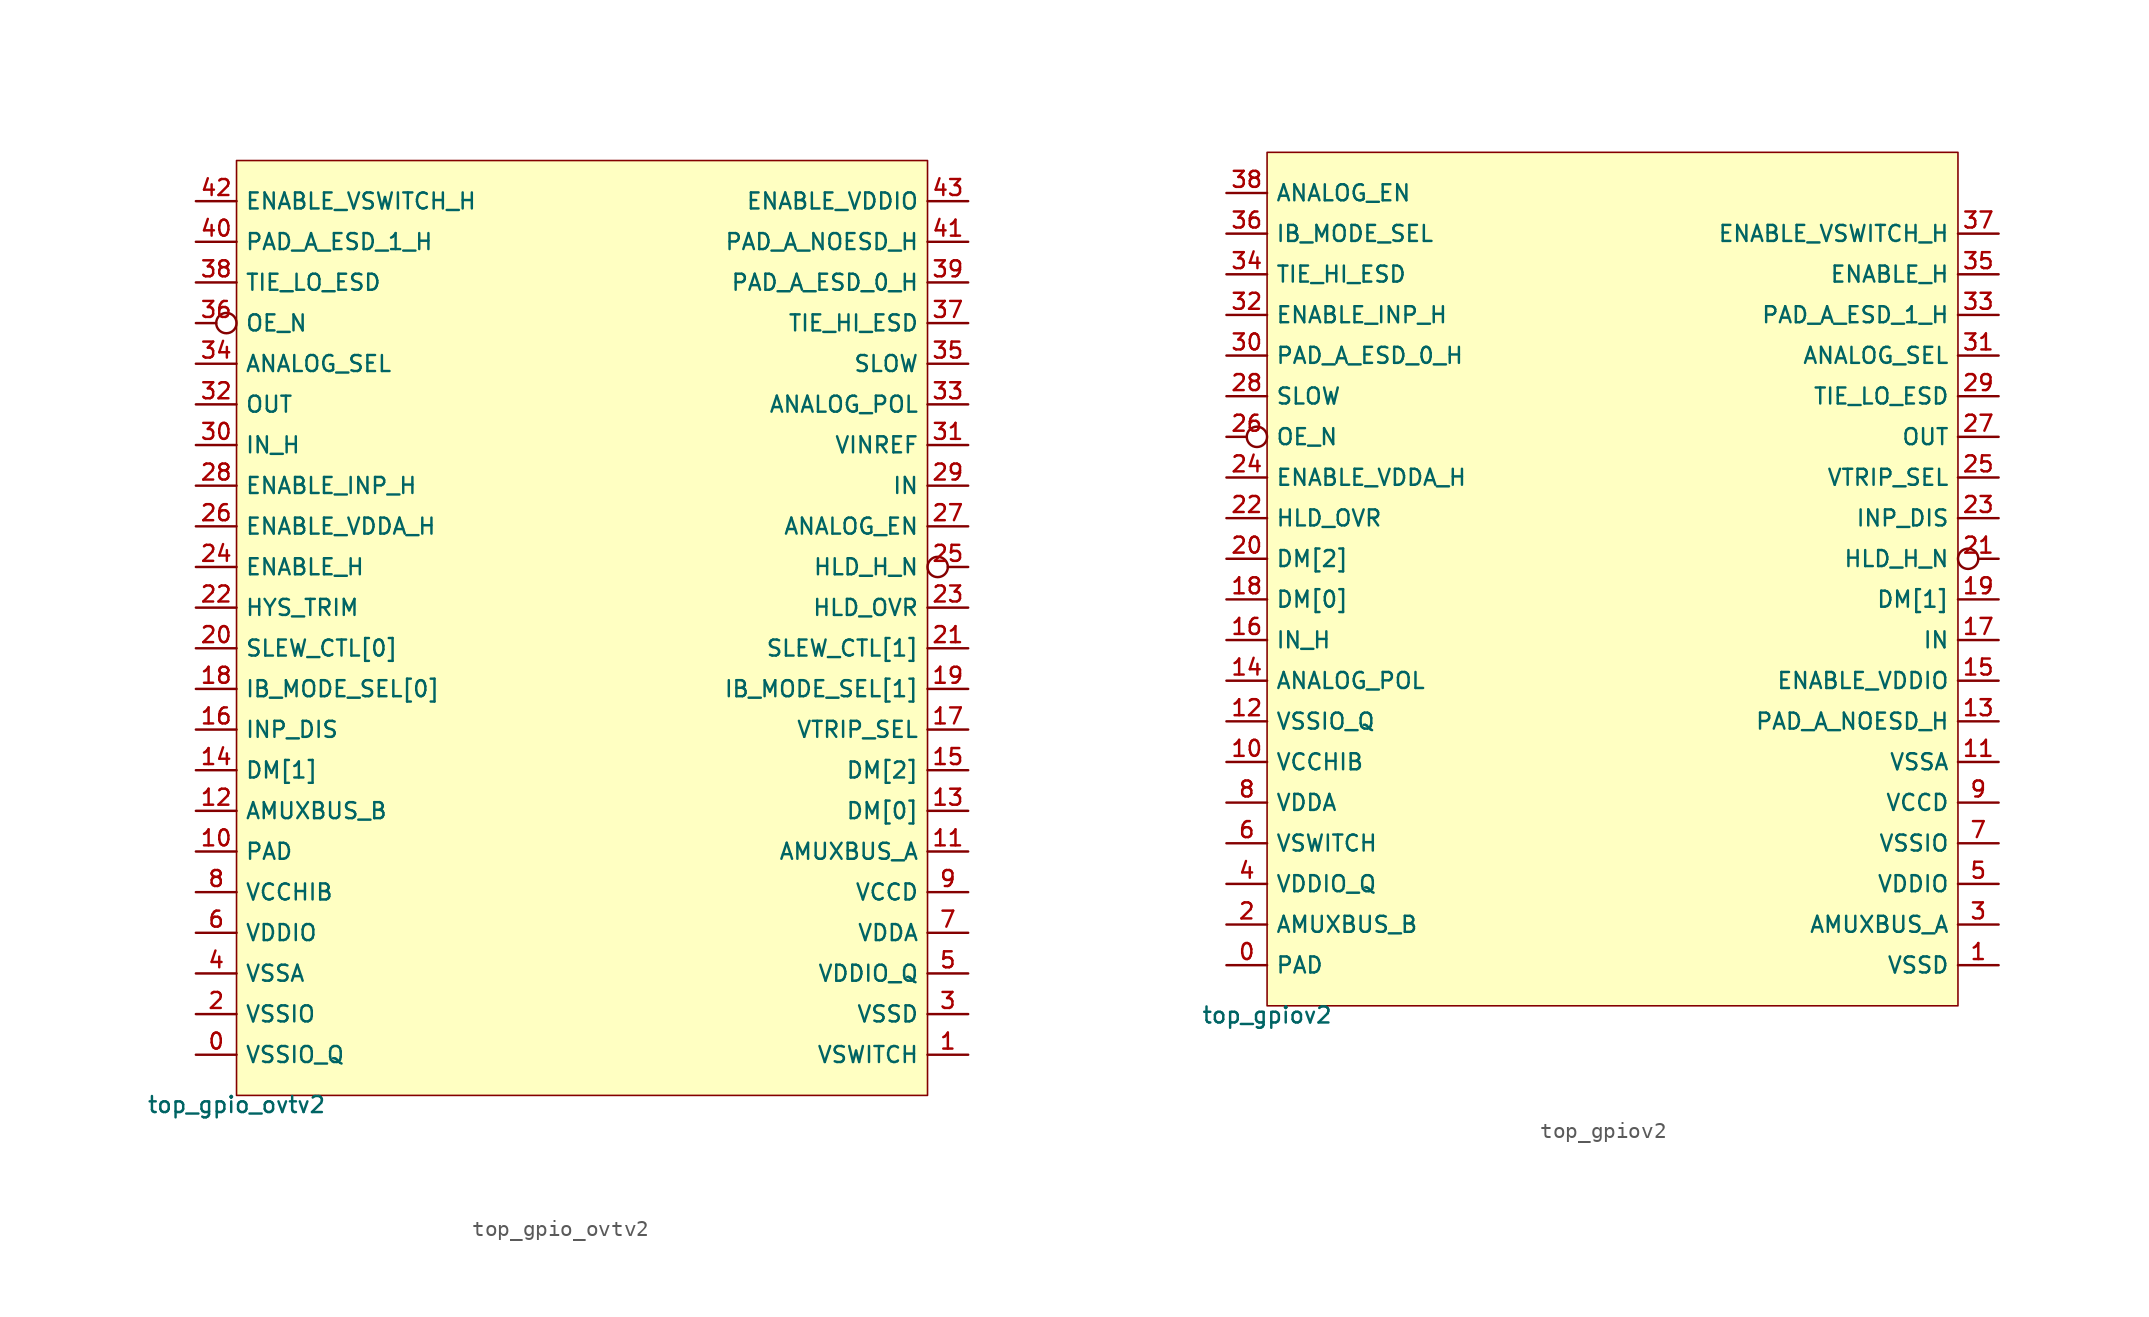
<source format=kicad_sym>
(kicad_symbol_lib
  (version 20211014)
  (generator pdk2kicad)
  (symbol "top_gpio_ovtv2"
    (property "Reference" "X"
      (at 0 0 0)
      (effects (font (size 1 1)) hide))
    (property "Value" "top_gpio_ovtv2"
      (at -21.59 -29.21 0)
      (effects (font (size 1 1)) (justify top)))
    (rectangle
      (start -21.59 -29.21)
      (end 21.59 29.21)
      (stroke (width 0.1) (type solid) (color 0 0 0 0))
      (fill (type background)))
    (pin bidirectional line
      (at -24.13 -26.67 0)
      (length 2.54)
      (name "VSSIO_Q" (effects (font (size 1 1)) hide))
      (number "0" (effects (font (size 1 1)) hide)))
    (pin bidirectional line
      (at 24.13 -26.67 180)
      (length 2.54)
      (name "VSWITCH" (effects (font (size 1 1)) hide))
      (number "1" (effects (font (size 1 1)) hide)))
    (pin bidirectional line
      (at -24.13 -24.13 0)
      (length 2.54)
      (name "VSSIO" (effects (font (size 1 1)) hide))
      (number "2" (effects (font (size 1 1)) hide)))
    (pin bidirectional line
      (at 24.13 -24.13 180)
      (length 2.54)
      (name "VSSD" (effects (font (size 1 1)) hide))
      (number "3" (effects (font (size 1 1)) hide)))
    (pin bidirectional line
      (at -24.13 -21.59 0)
      (length 2.54)
      (name "VSSA" (effects (font (size 1 1)) hide))
      (number "4" (effects (font (size 1 1)) hide)))
    (pin bidirectional line
      (at 24.13 -21.59 180)
      (length 2.54)
      (name "VDDIO_Q" (effects (font (size 1 1)) hide))
      (number "5" (effects (font (size 1 1)) hide)))
    (pin bidirectional line
      (at -24.13 -19.05 0)
      (length 2.54)
      (name "VDDIO" (effects (font (size 1 1)) hide))
      (number "6" (effects (font (size 1 1)) hide)))
    (pin bidirectional line
      (at 24.13 -19.05 180)
      (length 2.54)
      (name "VDDA" (effects (font (size 1 1)) hide))
      (number "7" (effects (font (size 1 1)) hide)))
    (pin bidirectional line
      (at -24.13 -16.51 0)
      (length 2.54)
      (name "VCCHIB" (effects (font (size 1 1)) hide))
      (number "8" (effects (font (size 1 1)) hide)))
    (pin bidirectional line
      (at 24.13 -16.51 180)
      (length 2.54)
      (name "VCCD" (effects (font (size 1 1)) hide))
      (number "9" (effects (font (size 1 1)) hide)))
    (pin bidirectional line
      (at -24.13 -13.97 0)
      (length 2.54)
      (name "PAD" (effects (font (size 1 1)) hide))
      (number "10" (effects (font (size 1 1)) hide)))
    (pin bidirectional line
      (at 24.13 -13.97 180)
      (length 2.54)
      (name "AMUXBUS_A" (effects (font (size 1 1)) hide))
      (number "11" (effects (font (size 1 1)) hide)))
    (pin bidirectional line
      (at -24.13 -11.43 0)
      (length 2.54)
      (name "AMUXBUS_B" (effects (font (size 1 1)) hide))
      (number "12" (effects (font (size 1 1)) hide)))
    (pin bidirectional line
      (at 24.13 -11.43 180)
      (length 2.54)
      (name "DM[0]" (effects (font (size 1 1)) hide))
      (number "13" (effects (font (size 1 1)) hide)))
    (pin bidirectional line
      (at -24.13 -8.89 0)
      (length 2.54)
      (name "DM[1]" (effects (font (size 1 1)) hide))
      (number "14" (effects (font (size 1 1)) hide)))
    (pin bidirectional line
      (at 24.13 -8.89 180)
      (length 2.54)
      (name "DM[2]" (effects (font (size 1 1)) hide))
      (number "15" (effects (font (size 1 1)) hide)))
    (pin bidirectional line
      (at -24.13 -6.35 0)
      (length 2.54)
      (name "INP_DIS" (effects (font (size 1 1)) hide))
      (number "16" (effects (font (size 1 1)) hide)))
    (pin bidirectional line
      (at 24.13 -6.35 180)
      (length 2.54)
      (name "VTRIP_SEL" (effects (font (size 1 1)) hide))
      (number "17" (effects (font (size 1 1)) hide)))
    (pin bidirectional line
      (at -24.13 -3.81 0)
      (length 2.54)
      (name "IB_MODE_SEL[0]" (effects (font (size 1 1)) hide))
      (number "18" (effects (font (size 1 1)) hide)))
    (pin bidirectional line
      (at 24.13 -3.81 180)
      (length 2.54)
      (name "IB_MODE_SEL[1]" (effects (font (size 1 1)) hide))
      (number "19" (effects (font (size 1 1)) hide)))
    (pin bidirectional line
      (at -24.13 -1.27 0)
      (length 2.54)
      (name "SLEW_CTL[0]" (effects (font (size 1 1)) hide))
      (number "20" (effects (font (size 1 1)) hide)))
    (pin bidirectional line
      (at 24.13 -1.27 180)
      (length 2.54)
      (name "SLEW_CTL[1]" (effects (font (size 1 1)) hide))
      (number "21" (effects (font (size 1 1)) hide)))
    (pin bidirectional line
      (at -24.13 1.27 0)
      (length 2.54)
      (name "HYS_TRIM" (effects (font (size 1 1)) hide))
      (number "22" (effects (font (size 1 1)) hide)))
    (pin bidirectional line
      (at 24.13 1.27 180)
      (length 2.54)
      (name "HLD_OVR" (effects (font (size 1 1)) hide))
      (number "23" (effects (font (size 1 1)) hide)))
    (pin bidirectional line
      (at -24.13 3.81 0)
      (length 2.54)
      (name "ENABLE_H" (effects (font (size 1 1)) hide))
      (number "24" (effects (font (size 1 1)) hide)))
    (pin bidirectional inverted
      (at 24.13 3.81 180)
      (length 2.54)
      (name "HLD_H_N" (effects (font (size 1 1)) hide))
      (number "25" (effects (font (size 1 1)) hide)))
    (pin bidirectional line
      (at -24.13 6.35 0)
      (length 2.54)
      (name "ENABLE_VDDA_H" (effects (font (size 1 1)) hide))
      (number "26" (effects (font (size 1 1)) hide)))
    (pin bidirectional line
      (at 24.13 6.35 180)
      (length 2.54)
      (name "ANALOG_EN" (effects (font (size 1 1)) hide))
      (number "27" (effects (font (size 1 1)) hide)))
    (pin bidirectional line
      (at -24.13 8.89 0)
      (length 2.54)
      (name "ENABLE_INP_H" (effects (font (size 1 1)) hide))
      (number "28" (effects (font (size 1 1)) hide)))
    (pin bidirectional line
      (at 24.13 8.89 180)
      (length 2.54)
      (name "IN" (effects (font (size 1 1)) hide))
      (number "29" (effects (font (size 1 1)) hide)))
    (pin bidirectional line
      (at -24.13 11.43 0)
      (length 2.54)
      (name "IN_H" (effects (font (size 1 1)) hide))
      (number "30" (effects (font (size 1 1)) hide)))
    (pin bidirectional line
      (at 24.13 11.43 180)
      (length 2.54)
      (name "VINREF" (effects (font (size 1 1)) hide))
      (number "31" (effects (font (size 1 1)) hide)))
    (pin bidirectional line
      (at -24.13 13.97 0)
      (length 2.54)
      (name "OUT" (effects (font (size 1 1)) hide))
      (number "32" (effects (font (size 1 1)) hide)))
    (pin bidirectional line
      (at 24.13 13.97 180)
      (length 2.54)
      (name "ANALOG_POL" (effects (font (size 1 1)) hide))
      (number "33" (effects (font (size 1 1)) hide)))
    (pin bidirectional line
      (at -24.13 16.51 0)
      (length 2.54)
      (name "ANALOG_SEL" (effects (font (size 1 1)) hide))
      (number "34" (effects (font (size 1 1)) hide)))
    (pin bidirectional line
      (at 24.13 16.51 180)
      (length 2.54)
      (name "SLOW" (effects (font (size 1 1)) hide))
      (number "35" (effects (font (size 1 1)) hide)))
    (pin bidirectional inverted
      (at -24.13 19.05 0)
      (length 2.54)
      (name "OE_N" (effects (font (size 1 1)) hide))
      (number "36" (effects (font (size 1 1)) hide)))
    (pin bidirectional line
      (at 24.13 19.05 180)
      (length 2.54)
      (name "TIE_HI_ESD" (effects (font (size 1 1)) hide))
      (number "37" (effects (font (size 1 1)) hide)))
    (pin bidirectional line
      (at -24.13 21.59 0)
      (length 2.54)
      (name "TIE_LO_ESD" (effects (font (size 1 1)) hide))
      (number "38" (effects (font (size 1 1)) hide)))
    (pin bidirectional line
      (at 24.13 21.59 180)
      (length 2.54)
      (name "PAD_A_ESD_0_H" (effects (font (size 1 1)) hide))
      (number "39" (effects (font (size 1 1)) hide)))
    (pin bidirectional line
      (at -24.13 24.13 0)
      (length 2.54)
      (name "PAD_A_ESD_1_H" (effects (font (size 1 1)) hide))
      (number "40" (effects (font (size 1 1)) hide)))
    (pin bidirectional line
      (at 24.13 24.13 180)
      (length 2.54)
      (name "PAD_A_NOESD_H" (effects (font (size 1 1)) hide))
      (number "41" (effects (font (size 1 1)) hide)))
    (pin bidirectional line
      (at -24.13 26.67 0)
      (length 2.54)
      (name "ENABLE_VSWITCH_H" (effects (font (size 1 1)) hide))
      (number "42" (effects (font (size 1 1)) hide)))
    (pin bidirectional line
      (at 24.13 26.67 180)
      (length 2.54)
      (name "ENABLE_VDDIO" (effects (font (size 1 1)) hide))
      (number "43" (effects (font (size 1 1)) hide))))
  (symbol "top_gpiov2"
    (property "Reference" "X"
      (at 0 0 0)
      (effects (font (size 1 1)) hide))
    (property "Value" "top_gpiov2"
      (at -21.59 -26.67 0)
      (effects (font (size 1 1)) (justify top)))
    (rectangle
      (start -21.59 -26.67)
      (end 21.59 26.67)
      (stroke (width 0.1) (type solid) (color 0 0 0 0))
      (fill (type background)))
    (pin bidirectional line
      (at -24.13 -24.13 0)
      (length 2.54)
      (name "PAD" (effects (font (size 1 1)) hide))
      (number "0" (effects (font (size 1 1)) hide)))
    (pin bidirectional line
      (at 24.13 -24.13 180)
      (length 2.54)
      (name "VSSD" (effects (font (size 1 1)) hide))
      (number "1" (effects (font (size 1 1)) hide)))
    (pin bidirectional line
      (at -24.13 -21.59 0)
      (length 2.54)
      (name "AMUXBUS_B" (effects (font (size 1 1)) hide))
      (number "2" (effects (font (size 1 1)) hide)))
    (pin bidirectional line
      (at 24.13 -21.59 180)
      (length 2.54)
      (name "AMUXBUS_A" (effects (font (size 1 1)) hide))
      (number "3" (effects (font (size 1 1)) hide)))
    (pin bidirectional line
      (at -24.13 -19.05 0)
      (length 2.54)
      (name "VDDIO_Q" (effects (font (size 1 1)) hide))
      (number "4" (effects (font (size 1 1)) hide)))
    (pin bidirectional line
      (at 24.13 -19.05 180)
      (length 2.54)
      (name "VDDIO" (effects (font (size 1 1)) hide))
      (number "5" (effects (font (size 1 1)) hide)))
    (pin bidirectional line
      (at -24.13 -16.51 0)
      (length 2.54)
      (name "VSWITCH" (effects (font (size 1 1)) hide))
      (number "6" (effects (font (size 1 1)) hide)))
    (pin bidirectional line
      (at 24.13 -16.51 180)
      (length 2.54)
      (name "VSSIO" (effects (font (size 1 1)) hide))
      (number "7" (effects (font (size 1 1)) hide)))
    (pin bidirectional line
      (at -24.13 -13.97 0)
      (length 2.54)
      (name "VDDA" (effects (font (size 1 1)) hide))
      (number "8" (effects (font (size 1 1)) hide)))
    (pin bidirectional line
      (at 24.13 -13.97 180)
      (length 2.54)
      (name "VCCD" (effects (font (size 1 1)) hide))
      (number "9" (effects (font (size 1 1)) hide)))
    (pin bidirectional line
      (at -24.13 -11.43 0)
      (length 2.54)
      (name "VCCHIB" (effects (font (size 1 1)) hide))
      (number "10" (effects (font (size 1 1)) hide)))
    (pin bidirectional line
      (at 24.13 -11.43 180)
      (length 2.54)
      (name "VSSA" (effects (font (size 1 1)) hide))
      (number "11" (effects (font (size 1 1)) hide)))
    (pin bidirectional line
      (at -24.13 -8.89 0)
      (length 2.54)
      (name "VSSIO_Q" (effects (font (size 1 1)) hide))
      (number "12" (effects (font (size 1 1)) hide)))
    (pin bidirectional line
      (at 24.13 -8.89 180)
      (length 2.54)
      (name "PAD_A_NOESD_H" (effects (font (size 1 1)) hide))
      (number "13" (effects (font (size 1 1)) hide)))
    (pin bidirectional line
      (at -24.13 -6.35 0)
      (length 2.54)
      (name "ANALOG_POL" (effects (font (size 1 1)) hide))
      (number "14" (effects (font (size 1 1)) hide)))
    (pin bidirectional line
      (at 24.13 -6.35 180)
      (length 2.54)
      (name "ENABLE_VDDIO" (effects (font (size 1 1)) hide))
      (number "15" (effects (font (size 1 1)) hide)))
    (pin bidirectional line
      (at -24.13 -3.81 0)
      (length 2.54)
      (name "IN_H" (effects (font (size 1 1)) hide))
      (number "16" (effects (font (size 1 1)) hide)))
    (pin bidirectional line
      (at 24.13 -3.81 180)
      (length 2.54)
      (name "IN" (effects (font (size 1 1)) hide))
      (number "17" (effects (font (size 1 1)) hide)))
    (pin bidirectional line
      (at -24.13 -1.27 0)
      (length 2.54)
      (name "DM[0]" (effects (font (size 1 1)) hide))
      (number "18" (effects (font (size 1 1)) hide)))
    (pin bidirectional line
      (at 24.13 -1.27 180)
      (length 2.54)
      (name "DM[1]" (effects (font (size 1 1)) hide))
      (number "19" (effects (font (size 1 1)) hide)))
    (pin bidirectional line
      (at -24.13 1.27 0)
      (length 2.54)
      (name "DM[2]" (effects (font (size 1 1)) hide))
      (number "20" (effects (font (size 1 1)) hide)))
    (pin bidirectional inverted
      (at 24.13 1.27 180)
      (length 2.54)
      (name "HLD_H_N" (effects (font (size 1 1)) hide))
      (number "21" (effects (font (size 1 1)) hide)))
    (pin bidirectional line
      (at -24.13 3.81 0)
      (length 2.54)
      (name "HLD_OVR" (effects (font (size 1 1)) hide))
      (number "22" (effects (font (size 1 1)) hide)))
    (pin bidirectional line
      (at 24.13 3.81 180)
      (length 2.54)
      (name "INP_DIS" (effects (font (size 1 1)) hide))
      (number "23" (effects (font (size 1 1)) hide)))
    (pin bidirectional line
      (at -24.13 6.35 0)
      (length 2.54)
      (name "ENABLE_VDDA_H" (effects (font (size 1 1)) hide))
      (number "24" (effects (font (size 1 1)) hide)))
    (pin bidirectional line
      (at 24.13 6.35 180)
      (length 2.54)
      (name "VTRIP_SEL" (effects (font (size 1 1)) hide))
      (number "25" (effects (font (size 1 1)) hide)))
    (pin bidirectional inverted
      (at -24.13 8.89 0)
      (length 2.54)
      (name "OE_N" (effects (font (size 1 1)) hide))
      (number "26" (effects (font (size 1 1)) hide)))
    (pin bidirectional line
      (at 24.13 8.89 180)
      (length 2.54)
      (name "OUT" (effects (font (size 1 1)) hide))
      (number "27" (effects (font (size 1 1)) hide)))
    (pin bidirectional line
      (at -24.13 11.43 0)
      (length 2.54)
      (name "SLOW" (effects (font (size 1 1)) hide))
      (number "28" (effects (font (size 1 1)) hide)))
    (pin bidirectional line
      (at 24.13 11.43 180)
      (length 2.54)
      (name "TIE_LO_ESD" (effects (font (size 1 1)) hide))
      (number "29" (effects (font (size 1 1)) hide)))
    (pin bidirectional line
      (at -24.13 13.97 0)
      (length 2.54)
      (name "PAD_A_ESD_0_H" (effects (font (size 1 1)) hide))
      (number "30" (effects (font (size 1 1)) hide)))
    (pin bidirectional line
      (at 24.13 13.97 180)
      (length 2.54)
      (name "ANALOG_SEL" (effects (font (size 1 1)) hide))
      (number "31" (effects (font (size 1 1)) hide)))
    (pin bidirectional line
      (at -24.13 16.51 0)
      (length 2.54)
      (name "ENABLE_INP_H" (effects (font (size 1 1)) hide))
      (number "32" (effects (font (size 1 1)) hide)))
    (pin bidirectional line
      (at 24.13 16.51 180)
      (length 2.54)
      (name "PAD_A_ESD_1_H" (effects (font (size 1 1)) hide))
      (number "33" (effects (font (size 1 1)) hide)))
    (pin bidirectional line
      (at -24.13 19.05 0)
      (length 2.54)
      (name "TIE_HI_ESD" (effects (font (size 1 1)) hide))
      (number "34" (effects (font (size 1 1)) hide)))
    (pin bidirectional line
      (at 24.13 19.05 180)
      (length 2.54)
      (name "ENABLE_H" (effects (font (size 1 1)) hide))
      (number "35" (effects (font (size 1 1)) hide)))
    (pin bidirectional line
      (at -24.13 21.59 0)
      (length 2.54)
      (name "IB_MODE_SEL" (effects (font (size 1 1)) hide))
      (number "36" (effects (font (size 1 1)) hide)))
    (pin bidirectional line
      (at 24.13 21.59 180)
      (length 2.54)
      (name "ENABLE_VSWITCH_H" (effects (font (size 1 1)) hide))
      (number "37" (effects (font (size 1 1)) hide)))
    (pin bidirectional line
      (at -24.13 24.13 0)
      (length 2.54)
      (name "ANALOG_EN" (effects (font (size 1 1)) hide))
      (number "38" (effects (font (size 1 1)) hide)))))
</source>
